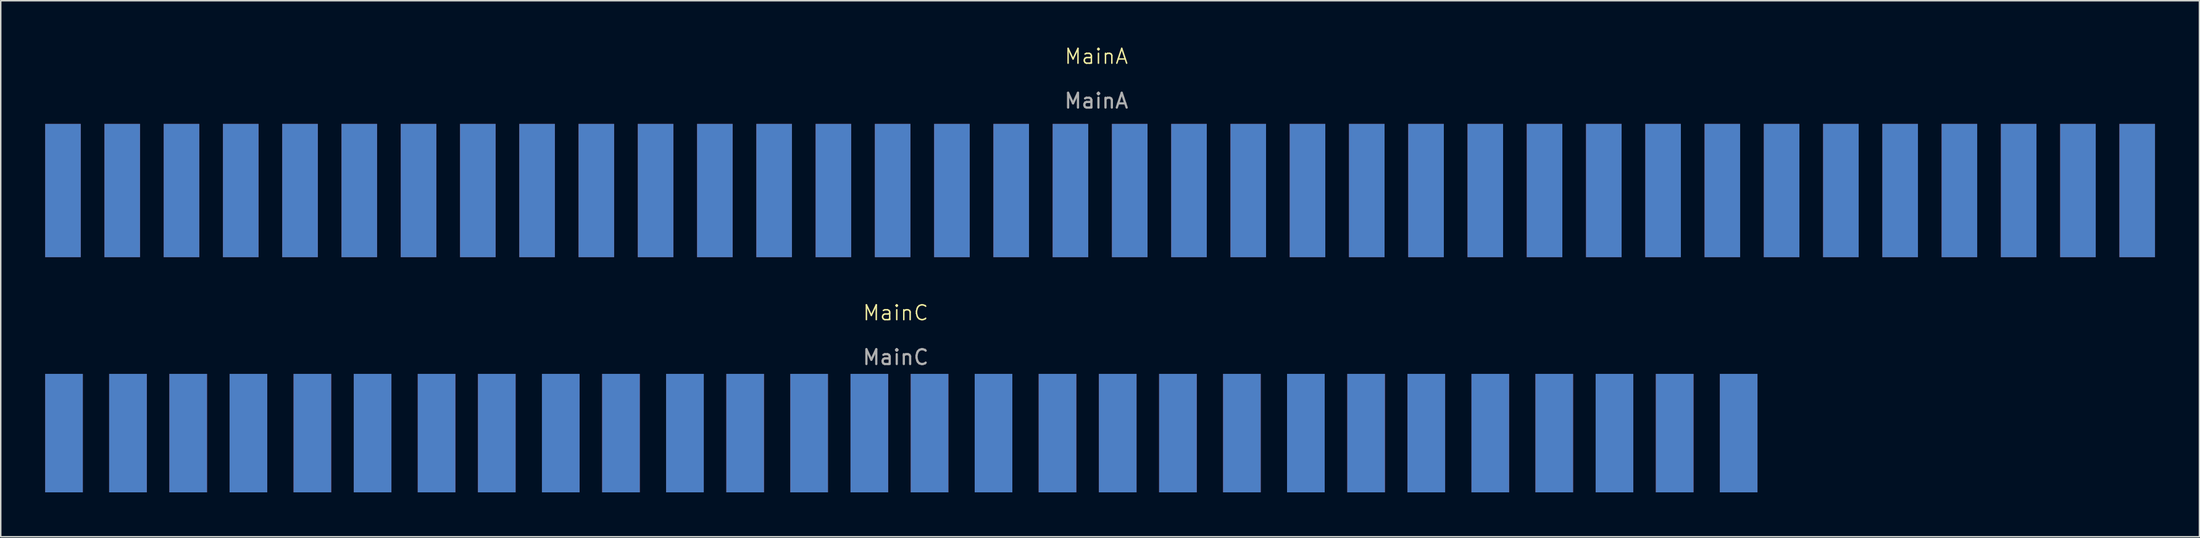
<source format=kicad_pcb>
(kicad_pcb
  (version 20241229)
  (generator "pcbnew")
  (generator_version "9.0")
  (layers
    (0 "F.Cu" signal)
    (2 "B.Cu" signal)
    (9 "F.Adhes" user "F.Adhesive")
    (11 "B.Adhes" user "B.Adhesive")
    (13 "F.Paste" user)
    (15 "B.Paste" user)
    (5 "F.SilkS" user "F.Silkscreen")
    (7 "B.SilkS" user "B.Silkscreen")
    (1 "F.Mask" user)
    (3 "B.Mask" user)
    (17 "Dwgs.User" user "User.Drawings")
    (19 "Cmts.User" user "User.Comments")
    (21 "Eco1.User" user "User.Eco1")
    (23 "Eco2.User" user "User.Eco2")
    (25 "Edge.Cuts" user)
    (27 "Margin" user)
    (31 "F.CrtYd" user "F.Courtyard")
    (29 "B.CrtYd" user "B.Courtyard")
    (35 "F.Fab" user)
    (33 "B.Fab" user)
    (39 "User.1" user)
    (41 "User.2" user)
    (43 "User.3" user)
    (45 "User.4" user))
  (footprint "MainC"
    (layer "F.Cu")
    (at 57.658 22.133)
    (property "Reference" "MainC" (at -0.254 -4.056 0) (unlocked yes) (layer "F.SilkS") (effects (font (size 1 1) (thickness 0.1))))
    (attr smd)
    (fp_text user "${REFERENCE}" (at -0.254 -1.056 0) (unlocked yes) (layer "F.Fab") (effects (font (size 1 1) (thickness 0.15))))
    (pad "1" connect rect (at -56.388 4.064) (size 2.54 8) (layers "F.Cu" "F.Mask"))
    (pad "1" connect rect (at -56.388 4.064) (size 2.54 8) (layers "B.Cu" "B.Mask"))
    (pad "2" connect rect (at -52.07 4.064) (size 2.54 8) (layers "F.Cu" "F.Mask"))
    (pad "2" connect rect (at -52.07 4.064) (size 2.54 8) (layers "B.Cu" "B.Mask"))
    (pad "3" connect rect (at -48.006 4.064) (size 2.54 8) (layers "F.Cu" "F.Mask"))
    (pad "3" connect rect (at -48.006 4.064) (size 2.54 8) (layers "B.Cu" "B.Mask"))
    (pad "4" connect rect (at -43.942 4.064) (size 2.54 8) (layers "F.Cu" "F.Mask"))
    (pad "4" connect rect (at -43.942 4.064) (size 2.54 8) (layers "B.Cu" "B.Mask"))
    (pad "5" connect rect (at -39.624 4.064) (size 2.54 8) (layers "F.Cu" "F.Mask"))
    (pad "5" connect rect (at -39.624 4.064) (size 2.54 8) (layers "B.Cu" "B.Mask"))
    (pad "6" connect rect (at -35.56 4.064) (size 2.54 8) (layers "F.Cu" "F.Mask"))
    (pad "6" connect rect (at -35.56 4.064) (size 2.54 8) (layers "B.Cu" "B.Mask"))
    (pad "7" connect rect (at -31.242 4.064) (size 2.54 8) (layers "F.Cu" "F.Mask"))
    (pad "7" connect rect (at -31.242 4.064) (size 2.54 8) (layers "B.Cu" "B.Mask"))
    (pad "8" connect rect (at -27.178 4.064) (size 2.54 8) (layers "F.Cu" "F.Mask"))
    (pad "8" connect rect (at -27.178 4.064) (size 2.54 8) (layers "B.Cu" "B.Mask"))
    (pad "9" connect rect (at -22.86 4.064) (size 2.54 8) (layers "F.Cu" "F.Mask"))
    (pad "9" connect rect (at -22.86 4.064) (size 2.54 8) (layers "B.Cu" "B.Mask"))
    (pad "10" connect rect (at -18.796 4.064) (size 2.54 8) (layers "F.Cu" "F.Mask"))
    (pad "10" connect rect (at -18.796 4.064) (size 2.54 8) (layers "B.Cu" "B.Mask"))
    (pad "11" connect rect (at -14.478 4.064) (size 2.54 8) (layers "F.Cu" "F.Mask"))
    (pad "11" connect rect (at -14.478 4.064) (size 2.54 8) (layers "B.Cu" "B.Mask"))
    (pad "12" connect rect (at -10.414 4.064) (size 2.54 8) (layers "F.Cu" "F.Mask"))
    (pad "12" connect rect (at -10.414 4.064) (size 2.54 8) (layers "B.Cu" "B.Mask"))
    (pad "13" connect rect (at -6.096 4.064) (size 2.54 8) (layers "F.Cu" "F.Mask"))
    (pad "13" connect rect (at -6.096 4.064) (size 2.54 8) (layers "B.Cu" "B.Mask"))
    (pad "14" connect rect (at -2.032 4.064) (size 2.54 8) (layers "F.Cu" "F.Mask"))
    (pad "14" connect rect (at -2.032 4.064) (size 2.54 8) (layers "B.Cu" "B.Mask"))
    (pad "15" connect rect (at 2.032 4.064) (size 2.54 8) (layers "F.Cu" "F.Mask"))
    (pad "15" connect rect (at 2.032 4.064) (size 2.54 8) (layers "B.Cu" "B.Mask"))
    (pad "16" connect rect (at 6.35 4.064) (size 2.54 8) (layers "F.Cu" "F.Mask"))
    (pad "16" connect rect (at 6.35 4.064) (size 2.54 8) (layers "B.Cu" "B.Mask"))
    (pad "17" connect rect (at 10.668 4.064) (size 2.54 8) (layers "F.Cu" "F.Mask"))
    (pad "17" connect rect (at 10.668 4.064) (size 2.54 8) (layers "B.Cu" "B.Mask"))
    (pad "18" connect rect (at 14.732 4.064) (size 2.54 8) (layers "F.Cu" "F.Mask"))
    (pad "18" connect rect (at 14.732 4.064) (size 2.54 8) (layers "B.Cu" "B.Mask"))
    (pad "19" connect rect (at 18.796 4.064) (size 2.54 8) (layers "F.Cu" "F.Mask"))
    (pad "19" connect rect (at 18.796 4.064) (size 2.54 8) (layers "B.Cu" "B.Mask"))
    (pad "20" connect rect (at 23.114 4.064) (size 2.54 8) (layers "F.Cu" "F.Mask"))
    (pad "20" connect rect (at 23.114 4.064) (size 2.54 8) (layers "B.Cu" "B.Mask"))
    (pad "21" connect rect (at 27.432 4.064) (size 2.54 8) (layers "F.Cu" "F.Mask"))
    (pad "21" connect rect (at 27.432 4.064) (size 2.54 8) (layers "B.Cu" "B.Mask"))
    (pad "22" connect rect (at 31.496 4.064) (size 2.54 8) (layers "F.Cu" "F.Mask"))
    (pad "22" connect rect (at 31.496 4.064) (size 2.54 8) (layers "B.Cu" "B.Mask"))
    (pad "23" connect rect (at 35.56 4.064) (size 2.54 8) (layers "F.Cu" "F.Mask"))
    (pad "23" connect rect (at 35.56 4.064) (size 2.54 8) (layers "B.Cu" "B.Mask"))
    (pad "24" connect rect (at 39.878 4.064) (size 2.54 8) (layers "F.Cu" "F.Mask"))
    (pad "24" connect rect (at 39.878 4.064) (size 2.54 8) (layers "B.Cu" "B.Mask"))
    (pad "25" connect rect (at 44.196 4.064) (size 2.54 8) (layers "F.Cu" "F.Mask"))
    (pad "25" connect rect (at 44.196 4.064) (size 2.54 8) (layers "B.Cu" "B.Mask"))
    (pad "26" connect rect (at 48.26 4.064) (size 2.54 8) (layers "F.Cu" "F.Mask"))
    (pad "26" connect rect (at 48.26 4.064) (size 2.54 8) (layers "B.Cu" "B.Mask"))
    (pad "27" connect rect (at 52.324 4.064) (size 2.54 8) (layers "F.Cu" "F.Mask"))
    (pad "27" connect rect (at 52.324 4.064) (size 2.54 8) (layers "B.Cu" "B.Mask"))
    (pad "28" connect rect (at 56.642 4.064) (size 2.54 8) (layers "F.Cu" "F.Mask"))
    (pad "28" connect rect (at 56.642 4.064) (size 2.54 8) (layers "B.Cu" "B.Mask")))
  (footprint "MainA"
    (layer "F.Cu")
    (at 71.2 4.816)
    (property "Reference" "MainA" (at -0.254 -4.056 0) (unlocked yes) (layer "F.SilkS") (effects (font (size 1 1) (thickness 0.1))))
    (attr smd)
    (fp_text user "${REFERENCE}" (at -0.254 -1.056 0) (unlocked yes) (layer "F.Fab") (effects (font (size 1 1) (thickness 0.15))))
    (pad "1" smd rect (at -70 5) (size 2.4 9) (layers "F.Cu" "F.Mask" "F.Paste"))
    (pad "2" smd rect (at -66 5) (size 2.4 9) (layers "F.Cu" "F.Mask" "F.Paste"))
    (pad "3" smd rect (at -62 5) (size 2.4 9) (layers "F.Cu" "F.Mask" "F.Paste"))
    (pad "4" smd rect (at -58 5) (size 2.4 9) (layers "F.Cu" "F.Mask" "F.Paste"))
    (pad "5" smd rect (at -54 5) (size 2.4 9) (layers "F.Cu" "F.Mask" "F.Paste"))
    (pad "6" smd rect (at -50 5) (size 2.4 9) (layers "F.Cu" "F.Mask" "F.Paste"))
    (pad "7" smd rect (at -46 5) (size 2.4 9) (layers "F.Cu" "F.Mask" "F.Paste"))
    (pad "8" smd rect (at -42 5) (size 2.4 9) (layers "F.Cu" "F.Mask" "F.Paste"))
    (pad "9" smd rect (at -38 5) (size 2.4 9) (layers "F.Cu" "F.Mask" "F.Paste"))
    (pad "10" smd rect (at -34 5) (size 2.4 9) (layers "F.Cu" "F.Mask" "F.Paste"))
    (pad "11" smd rect (at -30 5) (size 2.4 9) (layers "F.Cu" "F.Mask" "F.Paste"))
    (pad "12" smd rect (at -26 5) (size 2.4 9) (layers "F.Cu" "F.Mask" "F.Paste"))
    (pad "13" smd rect (at -22 5) (size 2.4 9) (layers "F.Cu" "F.Mask" "F.Paste"))
    (pad "14" smd rect (at -18 5) (size 2.4 9) (layers "F.Cu" "F.Mask" "F.Paste"))
    (pad "15" smd rect (at -14 5) (size 2.4 9) (layers "F.Cu" "F.Mask" "F.Paste"))
    (pad "16" smd rect (at -10 5) (size 2.4 9) (layers "F.Cu" "F.Mask" "F.Paste"))
    (pad "17" smd rect (at -6 5) (size 2.4 9) (layers "F.Cu" "F.Mask" "F.Paste"))
    (pad "18" smd rect (at -2 5) (size 2.4 9) (layers "F.Cu" "F.Mask" "F.Paste"))
    (pad "19" smd rect (at 2 5) (size 2.4 9) (layers "F.Cu" "F.Mask" "F.Paste"))
    (pad "20" smd rect (at 6 5) (size 2.4 9) (layers "F.Cu" "F.Mask" "F.Paste"))
    (pad "21" smd rect (at 10 5) (size 2.4 9) (layers "F.Cu" "F.Mask" "F.Paste"))
    (pad "22" smd rect (at 14 5) (size 2.4 9) (layers "F.Cu" "F.Mask" "F.Paste"))
    (pad "23" smd rect (at 18 5) (size 2.4 9) (layers "F.Cu" "F.Mask" "F.Paste"))
    (pad "24" smd rect (at 22 5) (size 2.4 9) (layers "F.Cu" "F.Mask" "F.Paste"))
    (pad "25" smd rect (at 26 5) (size 2.4 9) (layers "F.Cu" "F.Mask" "F.Paste"))
    (pad "26" smd rect (at 30 5) (size 2.4 9) (layers "F.Cu" "F.Mask" "F.Paste"))
    (pad "27" smd rect (at 34 5) (size 2.4 9) (layers "F.Cu" "F.Mask" "F.Paste"))
    (pad "28" smd rect (at 38 5) (size 2.4 9) (layers "F.Cu" "F.Mask" "F.Paste"))
    (pad "29" smd rect (at 42 5) (size 2.4 9) (layers "F.Cu" "F.Mask" "F.Paste"))
    (pad "30" smd rect (at 46 5) (size 2.4 9) (layers "F.Cu" "F.Mask" "F.Paste"))
    (pad "31" smd rect (at 50 5) (size 2.4 9) (layers "F.Cu" "F.Mask" "F.Paste"))
    (pad "32" smd rect (at 54 5) (size 2.4 9) (layers "F.Cu" "F.Mask" "F.Paste"))
    (pad "33" smd rect (at 58 5) (size 2.4 9) (layers "F.Cu" "F.Mask" "F.Paste"))
    (pad "34" smd rect (at 62 5) (size 2.4 9) (layers "F.Cu" "F.Mask" "F.Paste"))
    (pad "35" smd rect (at 66 5) (size 2.4 9) (layers "F.Cu" "F.Mask" "F.Paste"))
    (pad "36" smd rect (at 70 5) (size 2.4 9) (layers "F.Cu" "F.Mask" "F.Paste"))
    (pad "37" smd rect (at -70 5) (size 2.4 9) (layers "B.Cu" "B.Mask" "B.Paste"))
    (pad "38" smd rect (at -66 5) (size 2.4 9) (layers "B.Cu" "B.Mask" "B.Paste"))
    (pad "39" smd rect (at -62 5) (size 2.4 9) (layers "B.Cu" "B.Mask" "B.Paste"))
    (pad "40" smd rect (at -58 5) (size 2.4 9) (layers "B.Cu" "B.Mask" "B.Paste"))
    (pad "41" smd rect (at -54 5) (size 2.4 9) (layers "B.Cu" "B.Mask" "B.Paste"))
    (pad "42" smd rect (at -50 5) (size 2.4 9) (layers "B.Cu" "B.Mask" "B.Paste"))
    (pad "43" smd rect (at -46 5) (size 2.4 9) (layers "B.Cu" "B.Mask" "B.Paste"))
    (pad "44" smd rect (at -42 5) (size 2.4 9) (layers "B.Cu" "B.Mask" "B.Paste"))
    (pad "45" smd rect (at -38 5) (size 2.4 9) (layers "B.Cu" "B.Mask" "B.Paste"))
    (pad "46" smd rect (at -34 5) (size 2.4 9) (layers "B.Cu" "B.Mask" "B.Paste"))
    (pad "47" smd rect (at -30 5) (size 2.4 9) (layers "B.Cu" "B.Mask" "B.Paste"))
    (pad "48" smd rect (at -26 5) (size 2.4 9) (layers "B.Cu" "B.Mask" "B.Paste"))
    (pad "49" smd rect (at -22 5) (size 2.4 9) (layers "B.Cu" "B.Mask" "B.Paste"))
    (pad "50" smd rect (at -18 5) (size 2.4 9) (layers "B.Cu" "B.Mask" "B.Paste"))
    (pad "51" smd rect (at -14 5) (size 2.4 9) (layers "B.Cu" "B.Mask" "B.Paste"))
    (pad "52" smd rect (at -10 5) (size 2.4 9) (layers "B.Cu" "B.Mask" "B.Paste"))
    (pad "53" smd rect (at -6 5) (size 2.4 9) (layers "B.Cu" "B.Mask" "B.Paste"))
    (pad "54" smd rect (at -2 5) (size 2.4 9) (layers "B.Cu" "B.Mask" "B.Paste"))
    (pad "55" smd rect (at 2 5) (size 2.4 9) (layers "B.Cu" "B.Mask" "B.Paste"))
    (pad "56" smd rect (at 6 5) (size 2.4 9) (layers "B.Cu" "B.Mask" "B.Paste"))
    (pad "57" smd rect (at 10 5) (size 2.4 9) (layers "B.Cu" "B.Mask" "B.Paste"))
    (pad "58" smd rect (at 14 5) (size 2.4 9) (layers "B.Cu" "B.Mask" "B.Paste"))
    (pad "59" smd rect (at 18 5) (size 2.4 9) (layers "B.Cu" "B.Mask" "B.Paste"))
    (pad "60" smd rect (at 22 5) (size 2.4 9) (layers "B.Cu" "B.Mask" "B.Paste"))
    (pad "61" smd rect (at 26 5) (size 2.4 9) (layers "B.Cu" "B.Mask" "B.Paste"))
    (pad "62" smd rect (at 30 5) (size 2.4 9) (layers "B.Cu" "B.Mask" "B.Paste"))
    (pad "63" smd rect (at 34 5) (size 2.4 9) (layers "B.Cu" "B.Mask" "B.Paste"))
    (pad "64" smd rect (at 38 5) (size 2.4 9) (layers "B.Cu" "B.Mask" "B.Paste"))
    (pad "65" smd rect (at 42 5) (size 2.4 9) (layers "B.Cu" "B.Mask" "B.Paste"))
    (pad "66" smd rect (at 46 5) (size 2.4 9) (layers "B.Cu" "B.Mask" "B.Paste"))
    (pad "67" smd rect (at 50 5) (size 2.4 9) (layers "B.Cu" "B.Mask" "B.Paste"))
    (pad "68" smd rect (at 54 5) (size 2.4 9) (layers "B.Cu" "B.Mask" "B.Paste"))
    (pad "69" smd rect (at 58 5) (size 2.4 9) (layers "B.Cu" "B.Mask" "B.Paste"))
    (pad "70" smd rect (at 62 5) (size 2.4 9) (layers "B.Cu" "B.Mask" "B.Paste"))
    (pad "71" smd rect (at 66 5) (size 2.4 9) (layers "B.Cu" "B.Mask" "B.Paste"))
    (pad "72" smd rect (at 70 5) (size 2.4 9) (layers "B.Cu" "B.Mask" "B.Paste")))
  (gr_rect
    (start -3 -3)
    (end 145.4 33.197)
    (stroke (width 0.1) (type default))
    (fill no)
    (layer "Edge.Cuts")))
</source>
